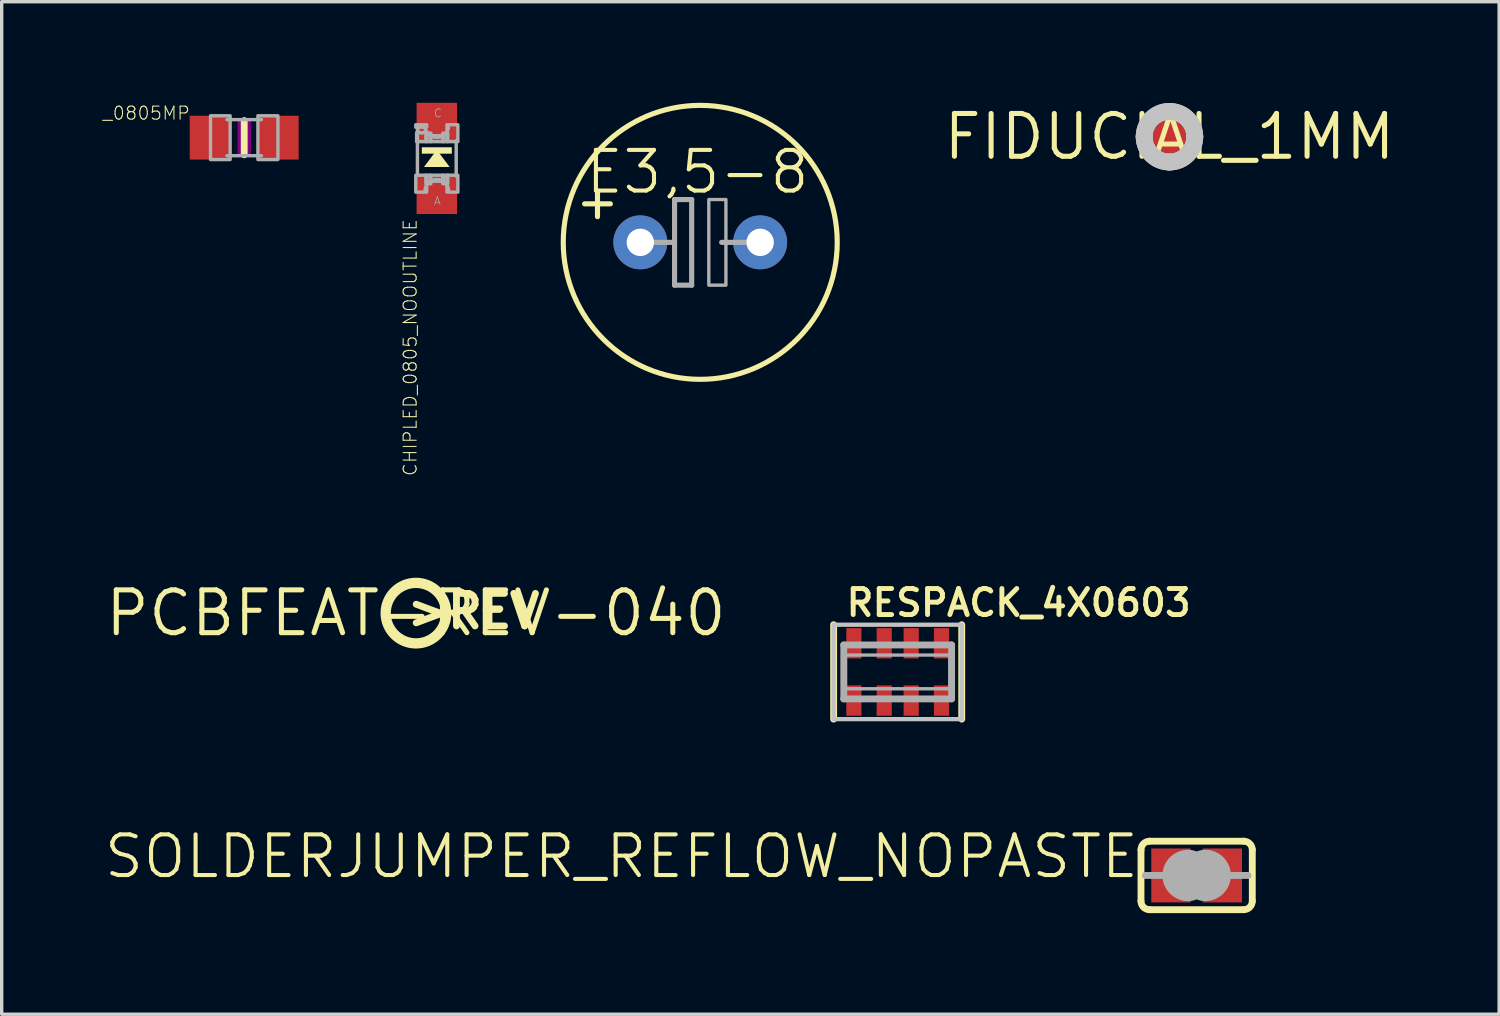
<source format=kicad_pcb>
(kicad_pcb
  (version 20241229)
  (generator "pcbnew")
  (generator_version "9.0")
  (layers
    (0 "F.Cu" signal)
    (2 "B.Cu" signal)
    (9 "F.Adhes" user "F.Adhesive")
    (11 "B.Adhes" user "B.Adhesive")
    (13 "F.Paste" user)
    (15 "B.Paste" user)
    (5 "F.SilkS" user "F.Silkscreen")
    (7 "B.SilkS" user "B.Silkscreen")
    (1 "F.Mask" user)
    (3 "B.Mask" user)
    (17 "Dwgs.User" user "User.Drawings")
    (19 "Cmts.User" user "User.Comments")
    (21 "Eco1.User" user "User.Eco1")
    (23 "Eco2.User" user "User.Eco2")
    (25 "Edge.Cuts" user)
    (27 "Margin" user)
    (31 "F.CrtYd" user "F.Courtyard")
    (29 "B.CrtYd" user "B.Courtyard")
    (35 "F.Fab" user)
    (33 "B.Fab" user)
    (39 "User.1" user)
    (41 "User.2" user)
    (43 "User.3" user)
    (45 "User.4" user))
  (footprint "_0805MP"
    (layer "F.Cu")
    (at 4.195 1.034)
    (property "Reference" "_0805MP" (at -1.587 -0.953 180) (layer "F.SilkS") (effects (font (size 0.386 0.386) (thickness 0.031)) (justify right top)))
    (attr through_hole)
    (fp_line (start 0 -0.508) (end 0 0.508) (stroke (width 0.203) (type solid)) (layer "F.SilkS"))
    (fp_poly (pts (xy -0.2 0.5) (xy 0.2 0.5) (xy 0.2 -0.5) (xy -0.2 -0.5)) (stroke (width 0) (type solid)) (fill yes) (layer "F.Adhes"))
    (fp_line (start -0.51 -0.535) (end 0.51 -0.535) (stroke (width 0.102) (type solid)) (layer "F.Fab"))
    (fp_line (start -0.51 0.535) (end 0.51 0.535) (stroke (width 0.102) (type solid)) (layer "F.Fab"))
    (fp_poly (pts (xy -1 0.65) (xy -0.417 0.65) (xy -0.417 -0.65) (xy -1 -0.65)) (stroke (width 0.1) (type solid)) (fill no) (layer "F.Fab"))
    (fp_poly (pts (xy 0.406 0.65) (xy 1 0.65) (xy 1 -0.65) (xy 0.406 -0.65)) (stroke (width 0.1) (type solid)) (fill no) (layer "F.Fab"))
    (pad "1" smd rect (at -1.016 0) (size 1.2 1.3) (layers "F.Cu" "F.Mask" "F.Paste"))
    (pad "2" smd rect (at 1.016 0) (size 1.2 1.3) (layers "F.Cu" "F.Mask" "F.Paste")))
  (footprint "E3,5-8"
    (layer "F.Cu")
    (at 17.724 4.14)
    (property "Reference" "E3,5-8" (at 3.302 -2.794 180) (layer "F.SilkS") (effects (font (size 1.206 1.206) (thickness 0.121)) (justify right top)))
    (attr through_hole)
    (fp_line (start -3.429 -1.143) (end -2.667 -1.143) (stroke (width 0.152) (type solid)) (layer "F.SilkS"))
    (fp_line (start -3.048 -0.762) (end -3.048 -1.524) (stroke (width 0.152) (type solid)) (layer "F.SilkS"))
    (fp_circle (center 0 0) (end 4.064 0) (stroke (width 0.152) (type solid)) (fill no) (layer "F.SilkS"))
    (fp_line (start -1.651 0) (end -0.762 0) (stroke (width 0.152) (type solid)) (layer "F.Fab"))
    (fp_line (start -0.762 -1.27) (end -0.762 0) (stroke (width 0.152) (type solid)) (layer "F.Fab"))
    (fp_line (start -0.762 0) (end -0.762 1.27) (stroke (width 0.152) (type solid)) (layer "F.Fab"))
    (fp_line (start -0.762 1.27) (end -0.254 1.27) (stroke (width 0.152) (type solid)) (layer "F.Fab"))
    (fp_line (start -0.254 -1.27) (end -0.762 -1.27) (stroke (width 0.152) (type solid)) (layer "F.Fab"))
    (fp_line (start -0.254 1.27) (end -0.254 -1.27) (stroke (width 0.152) (type solid)) (layer "F.Fab"))
    (fp_line (start 0.635 0) (end 1.651 0) (stroke (width 0.152) (type solid)) (layer "F.Fab"))
    (fp_poly (pts (xy 0.254 1.27) (xy 0.762 1.27) (xy 0.762 -1.27) (xy 0.254 -1.27)) (stroke (width 0.1) (type solid)) (fill no) (layer "F.Fab"))
    (pad "+" thru_hole circle (at -1.778 0) (size 1.6 1.6) (drill 0.813) (layers "*.Cu" "*.Mask"))
    (pad "-" thru_hole circle (at 1.778 0) (size 1.6 1.6) (drill 0.813) (layers "*.Cu" "*.Mask")))
  (footprint "SOLDERJUMPER_REFLOW_NOPASTE"
    (layer "F.Cu")
    (at 32.451 22.922)
    (property "Reference" "SOLDERJUMPER_REFLOW_NOPASTE" (at -1.651 -1.27 180) (layer "F.SilkS") (effects (font (size 1.206 1.206) (thickness 0.121)) (justify right top)))
    (attr through_hole)
    (fp_poly (pts (xy -0.076 0.914) (xy 0.076 0.914) (xy 0.076 -0.914) (xy -0.076 -0.914)) (stroke (width 0) (type solid)) (fill yes) (layer "F.Mask"))
    (fp_line (start -1.651 0.762) (end -1.651 -0.762) (stroke (width 0.203) (type solid)) (layer "F.SilkS"))
    (fp_line (start -1.397 -1.016) (end 1.397 -1.016) (stroke (width 0.203) (type solid)) (layer "F.SilkS"))
    (fp_line (start 1.397 1.016) (end -1.397 1.016) (stroke (width 0.203) (type solid)) (layer "F.SilkS"))
    (fp_line (start 1.651 0.762) (end 1.651 -0.762) (stroke (width 0.203) (type solid)) (layer "F.SilkS"))
    (fp_arc (start -1.651 -0.762) (mid -1.576605 -0.941605) (end -1.397 -1.016) (stroke (width 0.2032) (type solid)) (layer "F.SilkS"))
    (fp_arc (start -1.397 1.016) (mid -1.576605 0.941605) (end -1.651 0.762) (stroke (width 0.2032) (type solid)) (layer "F.SilkS"))
    (fp_arc (start 1.397 -1.016) (mid 1.576605 -0.941605) (end 1.651 -0.762) (stroke (width 0.2032) (type solid)) (layer "F.SilkS"))
    (fp_arc (start 1.651 0.762) (mid 1.576605 0.941605) (end 1.397 1.016) (stroke (width 0.2032) (type solid)) (layer "F.SilkS"))
    (fp_line (start -1.016 0) (end -1.524 0) (stroke (width 0.203) (type solid)) (layer "F.Fab"))
    (fp_line (start 1.016 0) (end 1.524 0) (stroke (width 0.203) (type solid)) (layer "F.Fab"))
    (fp_arc (start -0.254 0.127) (mid -0.381 0) (end -0.254 -0.127) (stroke (width 1.27) (type solid)) (layer "F.Fab"))
    (fp_arc (start 0.254 -0.127) (mid 0.381 0) (end 0.254 0.127) (stroke (width 1.27) (type solid)) (layer "F.Fab"))
    (pad "1" smd rect (at -0.762 0) (size 1.168 1.6) (layers "F.Cu" "F.Mask"))
    (pad "2" smd rect (at 0.762 0) (size 1.168 1.6) (layers "F.Cu" "F.Mask")))
  (footprint "CHIPLED_0805_NOOUTLINE"
    (layer "F.Cu")
    (at 9.909 1.65)
    (property "Reference" "CHIPLED_0805_NOOUTLINE" (at -1.016 1.778 270) (layer "F.SilkS") (effects (font (size 0.386 0.386) (thickness 0.031)) (justify right top)))
    (attr through_hole)
    (fp_poly (pts (xy 0 -0.254) (xy -0.381 0.254) (xy 0.381 0.254)) (stroke (width 0) (type solid)) (fill yes) (layer "F.SilkS"))
    (fp_poly (pts (xy -0.445 -0.141) (xy 0.445 -0.141) (xy 0.445 -0.331) (xy -0.445 -0.331)) (stroke (width 0) (type solid)) (fill yes) (layer "F.SilkS"))
    (fp_line (start -0.575 0.5) (end -0.575 -0.925) (stroke (width 0.102) (type solid)) (layer "F.Fab"))
    (fp_line (start 0.575 -0.525) (end 0.575 0.525) (stroke (width 0.102) (type solid)) (layer "F.Fab"))
    (fp_arc (start -0.35 0.925) (mid -0.000001 0.625027) (end 0.35 0.924998) (stroke (width 0.1016) (type solid)) (layer "F.Fab"))
    (fp_arc (start 0.35 -0.924998) (mid -0.000001 -0.625027) (end -0.35 -0.925) (stroke (width 0.1016) (type solid)) (layer "F.Fab"))
    (fp_circle (center -0.45 -0.85) (end -0.347 -0.85) (stroke (width 0.076) (type solid)) (fill no) (layer "F.Fab"))
    (fp_poly (pts (xy -0.625 -0.925) (xy -0.3 -0.925) (xy -0.3 -1) (xy -0.625 -1)) (stroke (width 0.1) (type solid)) (fill no) (layer "F.Fab"))
    (fp_poly (pts (xy -0.625 1) (xy -0.3 1) (xy -0.3 0.5) (xy -0.625 0.5)) (stroke (width 0.1) (type solid)) (fill no) (layer "F.Fab"))
    (fp_poly (pts (xy -0.6 -0.5) (xy -0.3 -0.5) (xy -0.3 -0.762) (xy -0.6 -0.762)) (stroke (width 0.1) (type solid)) (fill no) (layer "F.Fab"))
    (fp_poly (pts (xy -0.325 -0.5) (xy -0.175 -0.5) (xy -0.175 -0.75) (xy -0.325 -0.75)) (stroke (width 0.1) (type solid)) (fill no) (layer "F.Fab"))
    (fp_poly (pts (xy -0.325 0.75) (xy -0.175 0.75) (xy -0.175 0.5) (xy -0.325 0.5)) (stroke (width 0.1) (type solid)) (fill no) (layer "F.Fab"))
    (fp_poly (pts (xy -0.2 -0.5) (xy 0.2 -0.5) (xy 0.2 -0.675) (xy -0.2 -0.675)) (stroke (width 0.1) (type solid)) (fill no) (layer "F.Fab"))
    (fp_poly (pts (xy -0.2 0.675) (xy 0.2 0.675) (xy 0.2 0.5) (xy -0.2 0.5)) (stroke (width 0.1) (type solid)) (fill no) (layer "F.Fab"))
    (fp_poly (pts (xy 0.175 -0.5) (xy 0.325 -0.5) (xy 0.325 -0.75) (xy 0.175 -0.75)) (stroke (width 0.1) (type solid)) (fill no) (layer "F.Fab"))
    (fp_poly (pts (xy 0.175 0.75) (xy 0.325 0.75) (xy 0.325 0.5) (xy 0.175 0.5)) (stroke (width 0.1) (type solid)) (fill no) (layer "F.Fab"))
    (fp_poly (pts (xy 0.3 -0.5) (xy 0.625 -0.5) (xy 0.625 -1) (xy 0.3 -1)) (stroke (width 0.1) (type solid)) (fill no) (layer "F.Fab"))
    (fp_poly (pts (xy 0.3 1) (xy 0.625 1) (xy 0.625 0.5) (xy 0.3 0.5)) (stroke (width 0.1) (type solid)) (fill no) (layer "F.Fab"))
    (fp_text user "A" (at -0.1 1.4 0) (layer "F.Fab") (effects (font (size 0.241 0.241) (thickness 0.02)) (justify left bottom)))
    (fp_text user "C" (at -0.1 -1.2 0) (layer "F.Fab") (effects (font (size 0.241 0.241) (thickness 0.02)) (justify left bottom)))
    (pad "A" smd rect (at 0 1.05) (size 1.2 1.2) (layers "F.Cu" "F.Mask" "F.Paste"))
    (pad "C" smd rect (at 0 -1.05) (size 1.2 1.2) (layers "F.Cu" "F.Mask" "F.Paste")))
  (footprint "FIDUCIAL_1MM"
    (layer "F.Cu")
    (at 31.645 1.006)
    (property "Reference" "FIDUCIAL_1MM" (at 0 0 0) (layer "F.SilkS") (effects (font (size 1.27 1.27) (thickness 0.15))))
    (attr through_hole)
    (fp_arc (start -0.75 0) (mid -0.53033 -0.53033) (end 0 -0.75) (stroke (width 0.5) (type solid)) (layer "F.Mask"))
    (fp_arc (start 0 -0.75) (mid 0.53033 -0.53033) (end 0.75 0) (stroke (width 0.5) (type solid)) (layer "F.Mask"))
    (fp_arc (start 0 0.75) (mid -0.53033 0.53033) (end -0.75 0) (stroke (width 0.5) (type solid)) (layer "F.Mask"))
    (fp_arc (start 0.75 0) (mid 0.53033 0.53033) (end 0 0.75) (stroke (width 0.5) (type solid)) (layer "F.Mask"))
    (fp_arc (start -0.75 0) (mid -0.53033 -0.53033) (end 0 -0.75) (stroke (width 0.5) (type solid)) (layer "Dwgs.User"))
    (fp_arc (start -0.75 0) (mid -0.53033 -0.53033) (end 0 -0.75) (stroke (width 0.5) (type solid)) (layer "Dwgs.User"))
    (fp_arc (start 0 -0.75) (mid 0.53033 -0.53033) (end 0.75 0) (stroke (width 0.5) (type solid)) (layer "Dwgs.User"))
    (fp_arc (start 0 -0.75) (mid 0.53033 -0.53033) (end 0.75 0) (stroke (width 0.5) (type solid)) (layer "Dwgs.User"))
    (fp_arc (start 0 0.75) (mid -0.53033 0.53033) (end -0.75 0) (stroke (width 0.5) (type solid)) (layer "Dwgs.User"))
    (fp_arc (start 0 0.75) (mid -0.53033 0.53033) (end -0.75 0) (stroke (width 0.5) (type solid)) (layer "Dwgs.User"))
    (fp_arc (start 0.75 0) (mid 0.53033 0.53033) (end 0 0.75) (stroke (width 0.5) (type solid)) (layer "Dwgs.User"))
    (fp_arc (start 0.75 0) (mid 0.53033 0.53033) (end 0 0.75) (stroke (width 0.5) (type solid)) (layer "Dwgs.User"))
    (pad "1" smd roundrect (at 0 0) (size 1 1) (layers "F.Cu" "F.Mask") (roundrect_rratio 0.5)))
  (footprint "RESPACK_4X0603"
    (layer "F.Cu")
    (at 23.582 16.884)
    (property "Reference" "RESPACK_4X0603" (at -1.6 -1.6 0) (layer "F.SilkS") (effects (font (size 0.772 0.772) (thickness 0.146)) (justify left bottom)))
    (attr through_hole)
    (fp_line (start -1.9 1.4) (end -1.9 -1.4) (stroke (width 0.203) (type solid)) (layer "F.SilkS"))
    (fp_line (start 1.9 -1.4) (end 1.9 1.4) (stroke (width 0.203) (type solid)) (layer "F.SilkS"))
    (fp_line (start -1.9 -1.4) (end 1.9 -1.4) (stroke (width 0.127) (type solid)) (layer "Dwgs.User"))
    (fp_line (start -1.9 1.4) (end -1.9 -1.4) (stroke (width 0.127) (type solid)) (layer "Dwgs.User"))
    (fp_line (start -1.9 1.4) (end 1.9 1.4) (stroke (width 0.127) (type solid)) (layer "Dwgs.User"))
    (fp_line (start 1.9 -1.4) (end 1.9 1.4) (stroke (width 0.127) (type solid)) (layer "Dwgs.User"))
    (fp_line (start -1.6 -0.8) (end 1.6 -0.8) (stroke (width 0.203) (type solid)) (layer "F.Fab"))
    (fp_line (start -1.6 0.8) (end -1.6 -0.8) (stroke (width 0.203) (type solid)) (layer "F.Fab"))
    (fp_line (start 1.6 -0.8) (end 1.6 0.8) (stroke (width 0.203) (type solid)) (layer "F.Fab"))
    (fp_line (start 1.6 0.8) (end -1.6 0.8) (stroke (width 0.203) (type solid)) (layer "F.Fab"))
    (fp_poly (pts (xy -1.55 0.5) (xy 1.55 0.5) (xy 1.55 -0.5) (xy -1.55 -0.5)) (stroke (width 0.1) (type solid)) (fill no) (layer "F.Fab"))
    (pad "1" smd rect (at -1.3 0.85) (size 0.45 0.9) (layers "F.Cu" "F.Mask" "F.Paste"))
    (pad "2" smd rect (at -0.4 0.85) (size 0.45 0.9) (layers "F.Cu" "F.Mask" "F.Paste"))
    (pad "3" smd rect (at 0.4 0.85) (size 0.45 0.9) (layers "F.Cu" "F.Mask" "F.Paste"))
    (pad "4" smd rect (at 1.3 0.85) (size 0.45 0.9) (layers "F.Cu" "F.Mask" "F.Paste"))
    (pad "5" smd rect (at 1.3 -0.85) (size 0.45 0.9) (layers "F.Cu" "F.Mask" "F.Paste"))
    (pad "6" smd rect (at 0.4 -0.85) (size 0.45 0.9) (layers "F.Cu" "F.Mask" "F.Paste"))
    (pad "7" smd rect (at -0.4 -0.85) (size 0.45 0.9) (layers "F.Cu" "F.Mask" "F.Paste"))
    (pad "8" smd rect (at -1.3 -0.85) (size 0.45 0.9) (layers "F.Cu" "F.Mask" "F.Paste")))
  (footprint "PCBFEAT-REV-040"
    (layer "F.Cu")
    (at 9.29 15.14)
    (property "Reference" "PCBFEAT-REV-040" (at 0 0 0) (layer "F.SilkS") (effects (font (size 1.27 1.27) (thickness 0.15))))
    (attr through_hole)
    (fp_circle (center 0 0) (end 0.898 0) (stroke (width 0.305) (type solid)) (fill no) (layer "F.SilkS"))
    (fp_text user ">REV" (at -0.356 0.508 0) (layer "F.SilkS") (effects (font (size 0.965 0.965) (thickness 0.203)) (justify left bottom))))
  (gr_rect
    (start -3 -3)
    (end 41.425 27.04)
    (stroke (width 0.1) (type default))
    (fill no)
    (layer "Edge.Cuts")))
</source>
